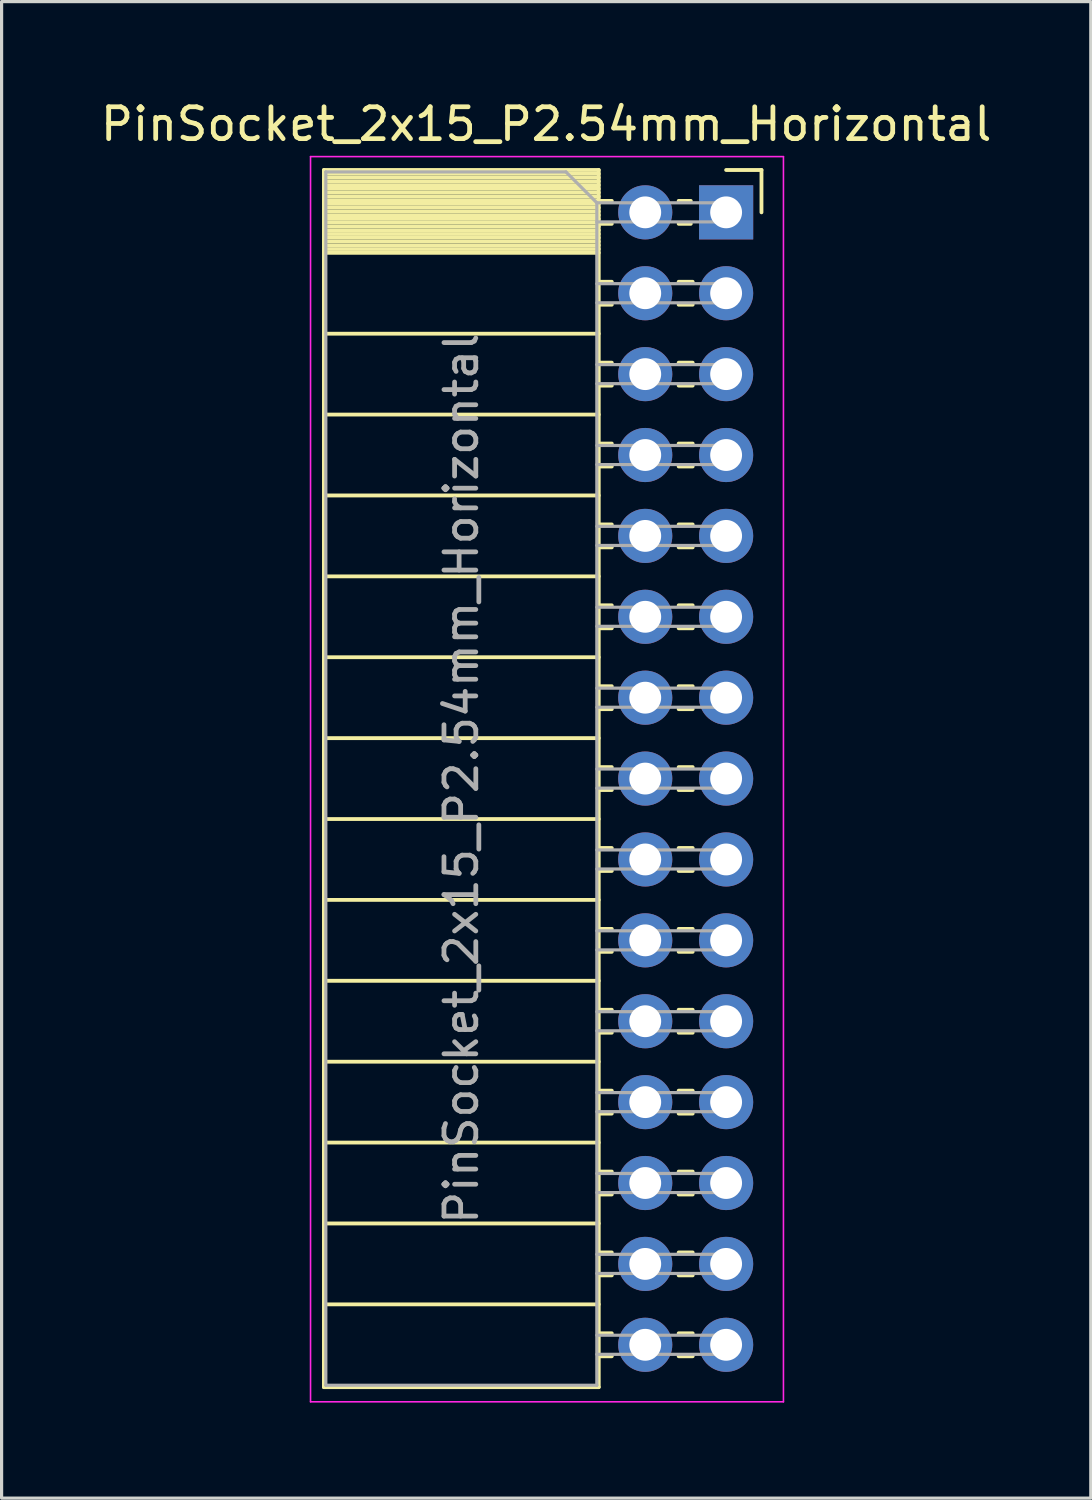
<source format=kicad_pcb>
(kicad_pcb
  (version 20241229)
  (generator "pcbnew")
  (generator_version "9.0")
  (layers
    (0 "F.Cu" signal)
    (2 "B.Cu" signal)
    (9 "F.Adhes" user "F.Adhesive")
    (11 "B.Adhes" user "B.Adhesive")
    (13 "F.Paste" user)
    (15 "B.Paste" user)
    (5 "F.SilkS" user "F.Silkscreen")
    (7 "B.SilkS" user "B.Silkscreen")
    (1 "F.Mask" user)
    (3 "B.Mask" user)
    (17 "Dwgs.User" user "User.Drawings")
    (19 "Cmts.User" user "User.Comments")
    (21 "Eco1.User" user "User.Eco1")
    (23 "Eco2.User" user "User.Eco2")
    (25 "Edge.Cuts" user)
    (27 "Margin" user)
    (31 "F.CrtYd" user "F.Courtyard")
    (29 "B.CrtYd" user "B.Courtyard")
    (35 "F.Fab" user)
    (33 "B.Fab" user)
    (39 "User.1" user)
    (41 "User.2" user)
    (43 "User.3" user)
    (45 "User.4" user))
  (footprint "PinSocket_2x15_P2.54mm_Horizontal"
    (layer "F.Cu")
    (at 19.751 3.618)
    (property "Reference" "PinSocket_2x15_P2.54mm_Horizontal" (at -5.65 -2.77 0) (layer "F.SilkS") (effects (font (size 1 1) (thickness 0.15))))
    (attr through_hole)
    (fp_line (start -12.63 -1.33) (end -12.63 36.89) (stroke (width 0.12) (type solid)) (layer "F.SilkS"))
    (fp_line (start -12.63 -1.33) (end -4 -1.33) (stroke (width 0.12) (type solid)) (layer "F.SilkS"))
    (fp_line (start -12.63 -1.21) (end -4 -1.21) (stroke (width 0.12) (type solid)) (layer "F.SilkS"))
    (fp_line (start -12.63 -1.092) (end -4 -1.092) (stroke (width 0.12) (type solid)) (layer "F.SilkS"))
    (fp_line (start -12.63 -0.974) (end -4 -0.974) (stroke (width 0.12) (type solid)) (layer "F.SilkS"))
    (fp_line (start -12.63 -0.856) (end -4 -0.856) (stroke (width 0.12) (type solid)) (layer "F.SilkS"))
    (fp_line (start -12.63 -0.738) (end -4 -0.738) (stroke (width 0.12) (type solid)) (layer "F.SilkS"))
    (fp_line (start -12.63 -0.62) (end -4 -0.62) (stroke (width 0.12) (type solid)) (layer "F.SilkS"))
    (fp_line (start -12.63 -0.501) (end -4 -0.501) (stroke (width 0.12) (type solid)) (layer "F.SilkS"))
    (fp_line (start -12.63 -0.383) (end -4 -0.383) (stroke (width 0.12) (type solid)) (layer "F.SilkS"))
    (fp_line (start -12.63 -0.265) (end -4 -0.265) (stroke (width 0.12) (type solid)) (layer "F.SilkS"))
    (fp_line (start -12.63 -0.147) (end -4 -0.147) (stroke (width 0.12) (type solid)) (layer "F.SilkS"))
    (fp_line (start -12.63 -0.029) (end -4 -0.029) (stroke (width 0.12) (type solid)) (layer "F.SilkS"))
    (fp_line (start -12.63 0.089) (end -4 0.089) (stroke (width 0.12) (type solid)) (layer "F.SilkS"))
    (fp_line (start -12.63 0.207) (end -4 0.207) (stroke (width 0.12) (type solid)) (layer "F.SilkS"))
    (fp_line (start -12.63 0.325) (end -4 0.325) (stroke (width 0.12) (type solid)) (layer "F.SilkS"))
    (fp_line (start -12.63 0.443) (end -4 0.443) (stroke (width 0.12) (type solid)) (layer "F.SilkS"))
    (fp_line (start -12.63 0.561) (end -4 0.561) (stroke (width 0.12) (type solid)) (layer "F.SilkS"))
    (fp_line (start -12.63 0.68) (end -4 0.68) (stroke (width 0.12) (type solid)) (layer "F.SilkS"))
    (fp_line (start -12.63 0.798) (end -4 0.798) (stroke (width 0.12) (type solid)) (layer "F.SilkS"))
    (fp_line (start -12.63 0.916) (end -4 0.916) (stroke (width 0.12) (type solid)) (layer "F.SilkS"))
    (fp_line (start -12.63 1.034) (end -4 1.034) (stroke (width 0.12) (type solid)) (layer "F.SilkS"))
    (fp_line (start -12.63 1.152) (end -4 1.152) (stroke (width 0.12) (type solid)) (layer "F.SilkS"))
    (fp_line (start -12.63 1.27) (end -4 1.27) (stroke (width 0.12) (type solid)) (layer "F.SilkS"))
    (fp_line (start -12.63 3.81) (end -4 3.81) (stroke (width 0.12) (type solid)) (layer "F.SilkS"))
    (fp_line (start -12.63 6.35) (end -4 6.35) (stroke (width 0.12) (type solid)) (layer "F.SilkS"))
    (fp_line (start -12.63 8.89) (end -4 8.89) (stroke (width 0.12) (type solid)) (layer "F.SilkS"))
    (fp_line (start -12.63 11.43) (end -4 11.43) (stroke (width 0.12) (type solid)) (layer "F.SilkS"))
    (fp_line (start -12.63 13.97) (end -4 13.97) (stroke (width 0.12) (type solid)) (layer "F.SilkS"))
    (fp_line (start -12.63 16.51) (end -4 16.51) (stroke (width 0.12) (type solid)) (layer "F.SilkS"))
    (fp_line (start -12.63 19.05) (end -4 19.05) (stroke (width 0.12) (type solid)) (layer "F.SilkS"))
    (fp_line (start -12.63 21.59) (end -4 21.59) (stroke (width 0.12) (type solid)) (layer "F.SilkS"))
    (fp_line (start -12.63 24.13) (end -4 24.13) (stroke (width 0.12) (type solid)) (layer "F.SilkS"))
    (fp_line (start -12.63 26.67) (end -4 26.67) (stroke (width 0.12) (type solid)) (layer "F.SilkS"))
    (fp_line (start -12.63 29.21) (end -4 29.21) (stroke (width 0.12) (type solid)) (layer "F.SilkS"))
    (fp_line (start -12.63 31.75) (end -4 31.75) (stroke (width 0.12) (type solid)) (layer "F.SilkS"))
    (fp_line (start -12.63 34.29) (end -4 34.29) (stroke (width 0.12) (type solid)) (layer "F.SilkS"))
    (fp_line (start -12.63 36.89) (end -4 36.89) (stroke (width 0.12) (type solid)) (layer "F.SilkS"))
    (fp_line (start -4 -1.33) (end -4 36.89) (stroke (width 0.12) (type solid)) (layer "F.SilkS"))
    (fp_line (start -4 -0.36) (end -3.59 -0.36) (stroke (width 0.12) (type solid)) (layer "F.SilkS"))
    (fp_line (start -4 0.36) (end -3.59 0.36) (stroke (width 0.12) (type solid)) (layer "F.SilkS"))
    (fp_line (start -4 2.18) (end -3.59 2.18) (stroke (width 0.12) (type solid)) (layer "F.SilkS"))
    (fp_line (start -4 2.9) (end -3.59 2.9) (stroke (width 0.12) (type solid)) (layer "F.SilkS"))
    (fp_line (start -4 4.72) (end -3.59 4.72) (stroke (width 0.12) (type solid)) (layer "F.SilkS"))
    (fp_line (start -4 5.44) (end -3.59 5.44) (stroke (width 0.12) (type solid)) (layer "F.SilkS"))
    (fp_line (start -4 7.26) (end -3.59 7.26) (stroke (width 0.12) (type solid)) (layer "F.SilkS"))
    (fp_line (start -4 7.98) (end -3.59 7.98) (stroke (width 0.12) (type solid)) (layer "F.SilkS"))
    (fp_line (start -4 9.8) (end -3.59 9.8) (stroke (width 0.12) (type solid)) (layer "F.SilkS"))
    (fp_line (start -4 10.52) (end -3.59 10.52) (stroke (width 0.12) (type solid)) (layer "F.SilkS"))
    (fp_line (start -4 12.34) (end -3.59 12.34) (stroke (width 0.12) (type solid)) (layer "F.SilkS"))
    (fp_line (start -4 13.06) (end -3.59 13.06) (stroke (width 0.12) (type solid)) (layer "F.SilkS"))
    (fp_line (start -4 14.88) (end -3.59 14.88) (stroke (width 0.12) (type solid)) (layer "F.SilkS"))
    (fp_line (start -4 15.6) (end -3.59 15.6) (stroke (width 0.12) (type solid)) (layer "F.SilkS"))
    (fp_line (start -4 17.42) (end -3.59 17.42) (stroke (width 0.12) (type solid)) (layer "F.SilkS"))
    (fp_line (start -4 18.14) (end -3.59 18.14) (stroke (width 0.12) (type solid)) (layer "F.SilkS"))
    (fp_line (start -4 19.96) (end -3.59 19.96) (stroke (width 0.12) (type solid)) (layer "F.SilkS"))
    (fp_line (start -4 20.68) (end -3.59 20.68) (stroke (width 0.12) (type solid)) (layer "F.SilkS"))
    (fp_line (start -4 22.5) (end -3.59 22.5) (stroke (width 0.12) (type solid)) (layer "F.SilkS"))
    (fp_line (start -4 23.22) (end -3.59 23.22) (stroke (width 0.12) (type solid)) (layer "F.SilkS"))
    (fp_line (start -4 25.04) (end -3.59 25.04) (stroke (width 0.12) (type solid)) (layer "F.SilkS"))
    (fp_line (start -4 25.76) (end -3.59 25.76) (stroke (width 0.12) (type solid)) (layer "F.SilkS"))
    (fp_line (start -4 27.58) (end -3.59 27.58) (stroke (width 0.12) (type solid)) (layer "F.SilkS"))
    (fp_line (start -4 28.3) (end -3.59 28.3) (stroke (width 0.12) (type solid)) (layer "F.SilkS"))
    (fp_line (start -4 30.12) (end -3.59 30.12) (stroke (width 0.12) (type solid)) (layer "F.SilkS"))
    (fp_line (start -4 30.84) (end -3.59 30.84) (stroke (width 0.12) (type solid)) (layer "F.SilkS"))
    (fp_line (start -4 32.66) (end -3.59 32.66) (stroke (width 0.12) (type solid)) (layer "F.SilkS"))
    (fp_line (start -4 33.38) (end -3.59 33.38) (stroke (width 0.12) (type solid)) (layer "F.SilkS"))
    (fp_line (start -4 35.2) (end -3.59 35.2) (stroke (width 0.12) (type solid)) (layer "F.SilkS"))
    (fp_line (start -4 35.92) (end -3.59 35.92) (stroke (width 0.12) (type solid)) (layer "F.SilkS"))
    (fp_line (start -1.49 -0.36) (end -1.11 -0.36) (stroke (width 0.12) (type solid)) (layer "F.SilkS"))
    (fp_line (start -1.49 0.36) (end -1.11 0.36) (stroke (width 0.12) (type solid)) (layer "F.SilkS"))
    (fp_line (start -1.49 2.18) (end -1.05 2.18) (stroke (width 0.12) (type solid)) (layer "F.SilkS"))
    (fp_line (start -1.49 2.9) (end -1.05 2.9) (stroke (width 0.12) (type solid)) (layer "F.SilkS"))
    (fp_line (start -1.49 4.72) (end -1.05 4.72) (stroke (width 0.12) (type solid)) (layer "F.SilkS"))
    (fp_line (start -1.49 5.44) (end -1.05 5.44) (stroke (width 0.12) (type solid)) (layer "F.SilkS"))
    (fp_line (start -1.49 7.26) (end -1.05 7.26) (stroke (width 0.12) (type solid)) (layer "F.SilkS"))
    (fp_line (start -1.49 7.98) (end -1.05 7.98) (stroke (width 0.12) (type solid)) (layer "F.SilkS"))
    (fp_line (start -1.49 9.8) (end -1.05 9.8) (stroke (width 0.12) (type solid)) (layer "F.SilkS"))
    (fp_line (start -1.49 10.52) (end -1.05 10.52) (stroke (width 0.12) (type solid)) (layer "F.SilkS"))
    (fp_line (start -1.49 12.34) (end -1.05 12.34) (stroke (width 0.12) (type solid)) (layer "F.SilkS"))
    (fp_line (start -1.49 13.06) (end -1.05 13.06) (stroke (width 0.12) (type solid)) (layer "F.SilkS"))
    (fp_line (start -1.49 14.88) (end -1.05 14.88) (stroke (width 0.12) (type solid)) (layer "F.SilkS"))
    (fp_line (start -1.49 15.6) (end -1.05 15.6) (stroke (width 0.12) (type solid)) (layer "F.SilkS"))
    (fp_line (start -1.49 17.42) (end -1.05 17.42) (stroke (width 0.12) (type solid)) (layer "F.SilkS"))
    (fp_line (start -1.49 18.14) (end -1.05 18.14) (stroke (width 0.12) (type solid)) (layer "F.SilkS"))
    (fp_line (start -1.49 19.96) (end -1.05 19.96) (stroke (width 0.12) (type solid)) (layer "F.SilkS"))
    (fp_line (start -1.49 20.68) (end -1.05 20.68) (stroke (width 0.12) (type solid)) (layer "F.SilkS"))
    (fp_line (start -1.49 22.5) (end -1.05 22.5) (stroke (width 0.12) (type solid)) (layer "F.SilkS"))
    (fp_line (start -1.49 23.22) (end -1.05 23.22) (stroke (width 0.12) (type solid)) (layer "F.SilkS"))
    (fp_line (start -1.49 25.04) (end -1.05 25.04) (stroke (width 0.12) (type solid)) (layer "F.SilkS"))
    (fp_line (start -1.49 25.76) (end -1.05 25.76) (stroke (width 0.12) (type solid)) (layer "F.SilkS"))
    (fp_line (start -1.49 27.58) (end -1.05 27.58) (stroke (width 0.12) (type solid)) (layer "F.SilkS"))
    (fp_line (start -1.49 28.3) (end -1.05 28.3) (stroke (width 0.12) (type solid)) (layer "F.SilkS"))
    (fp_line (start -1.49 30.12) (end -1.05 30.12) (stroke (width 0.12) (type solid)) (layer "F.SilkS"))
    (fp_line (start -1.49 30.84) (end -1.05 30.84) (stroke (width 0.12) (type solid)) (layer "F.SilkS"))
    (fp_line (start -1.49 32.66) (end -1.05 32.66) (stroke (width 0.12) (type solid)) (layer "F.SilkS"))
    (fp_line (start -1.49 33.38) (end -1.05 33.38) (stroke (width 0.12) (type solid)) (layer "F.SilkS"))
    (fp_line (start -1.49 35.2) (end -1.05 35.2) (stroke (width 0.12) (type solid)) (layer "F.SilkS"))
    (fp_line (start -1.49 35.92) (end -1.05 35.92) (stroke (width 0.12) (type solid)) (layer "F.SilkS"))
    (fp_line (start 0 -1.33) (end 1.11 -1.33) (stroke (width 0.12) (type solid)) (layer "F.SilkS"))
    (fp_line (start 1.11 -1.33) (end 1.11 0) (stroke (width 0.12) (type solid)) (layer "F.SilkS"))
    (fp_line (start -13.05 -1.75) (end -13.05 37.35) (stroke (width 0.05) (type solid)) (layer "F.CrtYd"))
    (fp_line (start -13.05 37.35) (end 1.8 37.35) (stroke (width 0.05) (type solid)) (layer "F.CrtYd"))
    (fp_line (start 1.8 -1.75) (end -13.05 -1.75) (stroke (width 0.05) (type solid)) (layer "F.CrtYd"))
    (fp_line (start 1.8 37.35) (end 1.8 -1.75) (stroke (width 0.05) (type solid)) (layer "F.CrtYd"))
    (fp_line (start -12.57 -1.27) (end -5.03 -1.27) (stroke (width 0.1) (type solid)) (layer "F.Fab"))
    (fp_line (start -12.57 36.83) (end -12.57 -1.27) (stroke (width 0.1) (type solid)) (layer "F.Fab"))
    (fp_line (start -5.03 -1.27) (end -4.06 -0.3) (stroke (width 0.1) (type solid)) (layer "F.Fab"))
    (fp_line (start -4.06 -0.3) (end -4.06 36.83) (stroke (width 0.1) (type solid)) (layer "F.Fab"))
    (fp_line (start -4.06 0.3) (end 0 0.3) (stroke (width 0.1) (type solid)) (layer "F.Fab"))
    (fp_line (start -4.06 2.84) (end 0 2.84) (stroke (width 0.1) (type solid)) (layer "F.Fab"))
    (fp_line (start -4.06 5.38) (end 0 5.38) (stroke (width 0.1) (type solid)) (layer "F.Fab"))
    (fp_line (start -4.06 7.92) (end 0 7.92) (stroke (width 0.1) (type solid)) (layer "F.Fab"))
    (fp_line (start -4.06 10.46) (end 0 10.46) (stroke (width 0.1) (type solid)) (layer "F.Fab"))
    (fp_line (start -4.06 13) (end 0 13) (stroke (width 0.1) (type solid)) (layer "F.Fab"))
    (fp_line (start -4.06 15.54) (end 0 15.54) (stroke (width 0.1) (type solid)) (layer "F.Fab"))
    (fp_line (start -4.06 18.08) (end 0 18.08) (stroke (width 0.1) (type solid)) (layer "F.Fab"))
    (fp_line (start -4.06 20.62) (end 0 20.62) (stroke (width 0.1) (type solid)) (layer "F.Fab"))
    (fp_line (start -4.06 23.16) (end 0 23.16) (stroke (width 0.1) (type solid)) (layer "F.Fab"))
    (fp_line (start -4.06 25.7) (end 0 25.7) (stroke (width 0.1) (type solid)) (layer "F.Fab"))
    (fp_line (start -4.06 28.24) (end 0 28.24) (stroke (width 0.1) (type solid)) (layer "F.Fab"))
    (fp_line (start -4.06 30.78) (end 0 30.78) (stroke (width 0.1) (type solid)) (layer "F.Fab"))
    (fp_line (start -4.06 33.32) (end 0 33.32) (stroke (width 0.1) (type solid)) (layer "F.Fab"))
    (fp_line (start -4.06 35.86) (end 0 35.86) (stroke (width 0.1) (type solid)) (layer "F.Fab"))
    (fp_line (start -4.06 36.83) (end -12.57 36.83) (stroke (width 0.1) (type solid)) (layer "F.Fab"))
    (fp_line (start 0 -0.3) (end -4.06 -0.3) (stroke (width 0.1) (type solid)) (layer "F.Fab"))
    (fp_line (start 0 0.3) (end 0 -0.3) (stroke (width 0.1) (type solid)) (layer "F.Fab"))
    (fp_line (start 0 2.24) (end -4.06 2.24) (stroke (width 0.1) (type solid)) (layer "F.Fab"))
    (fp_line (start 0 2.84) (end 0 2.24) (stroke (width 0.1) (type solid)) (layer "F.Fab"))
    (fp_line (start 0 4.78) (end -4.06 4.78) (stroke (width 0.1) (type solid)) (layer "F.Fab"))
    (fp_line (start 0 5.38) (end 0 4.78) (stroke (width 0.1) (type solid)) (layer "F.Fab"))
    (fp_line (start 0 7.32) (end -4.06 7.32) (stroke (width 0.1) (type solid)) (layer "F.Fab"))
    (fp_line (start 0 7.92) (end 0 7.32) (stroke (width 0.1) (type solid)) (layer "F.Fab"))
    (fp_line (start 0 9.86) (end -4.06 9.86) (stroke (width 0.1) (type solid)) (layer "F.Fab"))
    (fp_line (start 0 10.46) (end 0 9.86) (stroke (width 0.1) (type solid)) (layer "F.Fab"))
    (fp_line (start 0 12.4) (end -4.06 12.4) (stroke (width 0.1) (type solid)) (layer "F.Fab"))
    (fp_line (start 0 13) (end 0 12.4) (stroke (width 0.1) (type solid)) (layer "F.Fab"))
    (fp_line (start 0 14.94) (end -4.06 14.94) (stroke (width 0.1) (type solid)) (layer "F.Fab"))
    (fp_line (start 0 15.54) (end 0 14.94) (stroke (width 0.1) (type solid)) (layer "F.Fab"))
    (fp_line (start 0 17.48) (end -4.06 17.48) (stroke (width 0.1) (type solid)) (layer "F.Fab"))
    (fp_line (start 0 18.08) (end 0 17.48) (stroke (width 0.1) (type solid)) (layer "F.Fab"))
    (fp_line (start 0 20.02) (end -4.06 20.02) (stroke (width 0.1) (type solid)) (layer "F.Fab"))
    (fp_line (start 0 20.62) (end 0 20.02) (stroke (width 0.1) (type solid)) (layer "F.Fab"))
    (fp_line (start 0 22.56) (end -4.06 22.56) (stroke (width 0.1) (type solid)) (layer "F.Fab"))
    (fp_line (start 0 23.16) (end 0 22.56) (stroke (width 0.1) (type solid)) (layer "F.Fab"))
    (fp_line (start 0 25.1) (end -4.06 25.1) (stroke (width 0.1) (type solid)) (layer "F.Fab"))
    (fp_line (start 0 25.7) (end 0 25.1) (stroke (width 0.1) (type solid)) (layer "F.Fab"))
    (fp_line (start 0 27.64) (end -4.06 27.64) (stroke (width 0.1) (type solid)) (layer "F.Fab"))
    (fp_line (start 0 28.24) (end 0 27.64) (stroke (width 0.1) (type solid)) (layer "F.Fab"))
    (fp_line (start 0 30.18) (end -4.06 30.18) (stroke (width 0.1) (type solid)) (layer "F.Fab"))
    (fp_line (start 0 30.78) (end 0 30.18) (stroke (width 0.1) (type solid)) (layer "F.Fab"))
    (fp_line (start 0 32.72) (end -4.06 32.72) (stroke (width 0.1) (type solid)) (layer "F.Fab"))
    (fp_line (start 0 33.32) (end 0 32.72) (stroke (width 0.1) (type solid)) (layer "F.Fab"))
    (fp_line (start 0 35.26) (end -4.06 35.26) (stroke (width 0.1) (type solid)) (layer "F.Fab"))
    (fp_line (start 0 35.86) (end 0 35.26) (stroke (width 0.1) (type solid)) (layer "F.Fab"))
    (fp_text user "${REFERENCE}" (at -8.315 17.78 90) (layer "F.Fab") (effects (font (size 1 1) (thickness 0.15))))
    (pad "1" thru_hole oval (at -2.54 0) (size 1.7 1.7) (drill 1) (layers "*.Cu" "*.Mask"))
    (pad "2" thru_hole oval (at -2.54 2.54) (size 1.7 1.7) (drill 1) (layers "*.Cu" "*.Mask"))
    (pad "3" thru_hole oval (at -2.54 5.08) (size 1.7 1.7) (drill 1) (layers "*.Cu" "*.Mask"))
    (pad "4" thru_hole oval (at -2.54 7.62) (size 1.7 1.7) (drill 1) (layers "*.Cu" "*.Mask"))
    (pad "5" thru_hole oval (at -2.54 10.16) (size 1.7 1.7) (drill 1) (layers "*.Cu" "*.Mask"))
    (pad "6" thru_hole oval (at -2.54 12.7) (size 1.7 1.7) (drill 1) (layers "*.Cu" "*.Mask"))
    (pad "7" thru_hole oval (at -2.54 15.24) (size 1.7 1.7) (drill 1) (layers "*.Cu" "*.Mask"))
    (pad "8" thru_hole oval (at -2.54 17.78) (size 1.7 1.7) (drill 1) (layers "*.Cu" "*.Mask"))
    (pad "9" thru_hole oval (at -2.54 20.32) (size 1.7 1.7) (drill 1) (layers "*.Cu" "*.Mask"))
    (pad "10" thru_hole oval (at -2.54 22.86) (size 1.7 1.7) (drill 1) (layers "*.Cu" "*.Mask"))
    (pad "11" thru_hole oval (at -2.54 25.4) (size 1.7 1.7) (drill 1) (layers "*.Cu" "*.Mask"))
    (pad "12" thru_hole oval (at -2.54 27.94) (size 1.7 1.7) (drill 1) (layers "*.Cu" "*.Mask"))
    (pad "13" thru_hole oval (at -2.54 30.48) (size 1.7 1.7) (drill 1) (layers "*.Cu" "*.Mask"))
    (pad "14" thru_hole oval (at -2.54 33.02) (size 1.7 1.7) (drill 1) (layers "*.Cu" "*.Mask"))
    (pad "15" thru_hole oval (at -2.54 35.56) (size 1.7 1.7) (drill 1) (layers "*.Cu" "*.Mask"))
    (pad "A" thru_hole rect (at 0 0) (size 1.7 1.7) (drill 1) (layers "*.Cu" "*.Mask"))
    (pad "B" thru_hole oval (at 0 2.54) (size 1.7 1.7) (drill 1) (layers "*.Cu" "*.Mask"))
    (pad "C" thru_hole oval (at 0 5.08) (size 1.7 1.7) (drill 1) (layers "*.Cu" "*.Mask"))
    (pad "D" thru_hole oval (at 0 7.62) (size 1.7 1.7) (drill 1) (layers "*.Cu" "*.Mask"))
    (pad "E" thru_hole oval (at 0 10.16) (size 1.7 1.7) (drill 1) (layers "*.Cu" "*.Mask"))
    (pad "F" thru_hole oval (at 0 12.7) (size 1.7 1.7) (drill 1) (layers "*.Cu" "*.Mask"))
    (pad "H" thru_hole oval (at 0 15.24) (size 1.7 1.7) (drill 1) (layers "*.Cu" "*.Mask"))
    (pad "J" thru_hole oval (at 0 17.78) (size 1.7 1.7) (drill 1) (layers "*.Cu" "*.Mask"))
    (pad "K" thru_hole oval (at 0 20.32) (size 1.7 1.7) (drill 1) (layers "*.Cu" "*.Mask"))
    (pad "L" thru_hole oval (at 0 22.86) (size 1.7 1.7) (drill 1) (layers "*.Cu" "*.Mask"))
    (pad "M" thru_hole oval (at 0 25.4) (size 1.7 1.7) (drill 1) (layers "*.Cu" "*.Mask"))
    (pad "N" thru_hole oval (at 0 27.94) (size 1.7 1.7) (drill 1) (layers "*.Cu" "*.Mask"))
    (pad "P" thru_hole oval (at 0 30.48) (size 1.7 1.7) (drill 1) (layers "*.Cu" "*.Mask"))
    (pad "R" thru_hole oval (at 0 33.02) (size 1.7 1.7) (drill 1) (layers "*.Cu" "*.Mask"))
    (pad "S" thru_hole oval (at 0 35.56) (size 1.7 1.7) (drill 1) (layers "*.Cu" "*.Mask")))
  (gr_rect
    (start -3 -3)
    (end 31.202 43.993)
    (stroke (width 0.1) (type default))
    (fill no)
    (layer "Edge.Cuts")))
</source>
